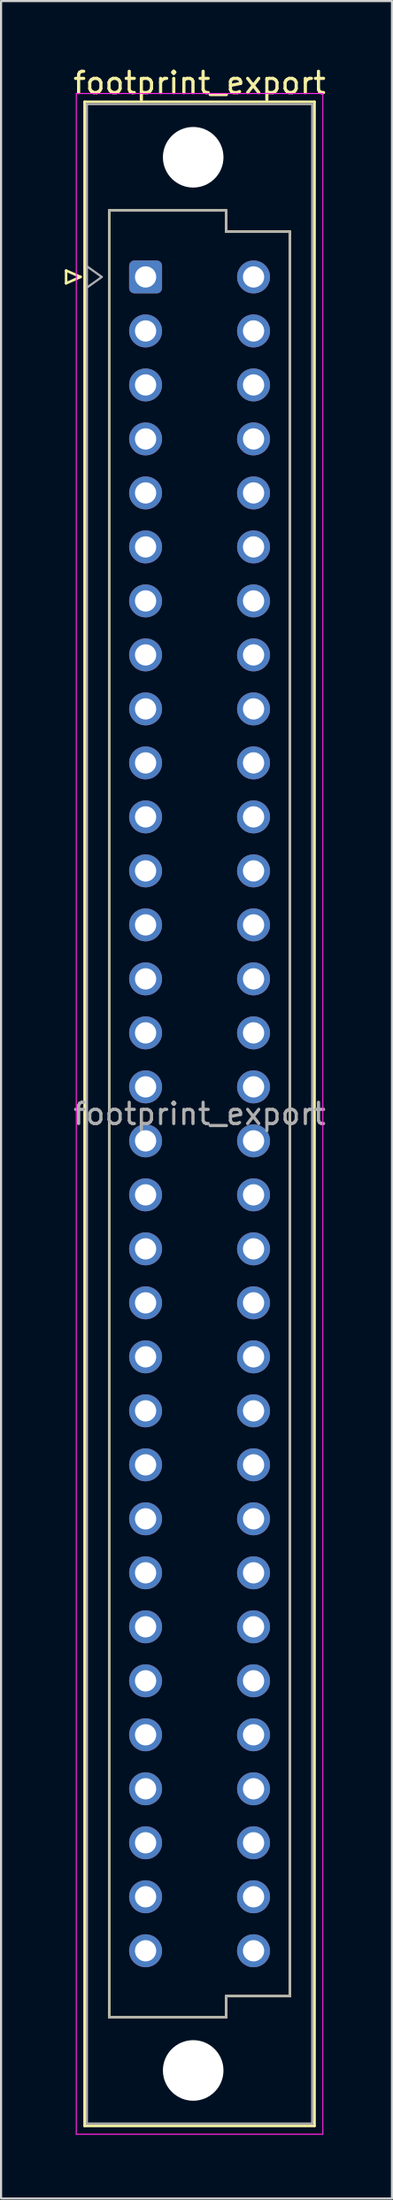
<source format=kicad_pcb>
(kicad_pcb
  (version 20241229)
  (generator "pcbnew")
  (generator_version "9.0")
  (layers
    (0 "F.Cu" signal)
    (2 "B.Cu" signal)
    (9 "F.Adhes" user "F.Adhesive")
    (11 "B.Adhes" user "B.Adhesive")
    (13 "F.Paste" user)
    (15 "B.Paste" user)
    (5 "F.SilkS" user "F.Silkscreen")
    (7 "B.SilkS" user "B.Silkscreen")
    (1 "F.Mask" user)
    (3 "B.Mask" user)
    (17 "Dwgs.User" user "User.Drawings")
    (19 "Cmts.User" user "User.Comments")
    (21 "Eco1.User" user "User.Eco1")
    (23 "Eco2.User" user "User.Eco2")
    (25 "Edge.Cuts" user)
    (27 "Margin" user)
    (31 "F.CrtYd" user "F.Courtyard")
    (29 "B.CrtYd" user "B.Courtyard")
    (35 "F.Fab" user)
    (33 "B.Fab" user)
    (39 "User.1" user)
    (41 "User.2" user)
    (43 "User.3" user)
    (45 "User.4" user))
  (footprint "footprint_export"
    (layer "F.Cu")
    (at 3.8 9.978)
    (property "Reference" "footprint_export" (at 2.54 -9.13 0) (layer "F.SilkS") (effects (font (size 1 1) (thickness 0.15))))
    (attr through_hole)
    (fp_line (start -3.74 -0.3) (end -3.74 0.3) (stroke (width 0.12) (type solid)) (layer "F.SilkS"))
    (fp_line (start -3.74 0.3) (end -3.06 0) (stroke (width 0.12) (type solid)) (layer "F.SilkS"))
    (fp_line (start -3.06 0) (end -3.74 -0.3) (stroke (width 0.12) (type solid)) (layer "F.SilkS"))
    (fp_line (start -2.87 -8.24) (end 7.95 -8.24) (stroke (width 0.12) (type solid)) (layer "F.SilkS"))
    (fp_line (start -2.87 86.98) (end -2.87 -8.24) (stroke (width 0.12) (type solid)) (layer "F.SilkS"))
    (fp_line (start -1.71 -3.131) (end 3.79 -3.131) (stroke (width 0.12) (type solid)) (layer "F.SilkS"))
    (fp_line (start -1.71 81.87) (end -1.71 -3.131) (stroke (width 0.12) (type solid)) (layer "F.SilkS"))
    (fp_line (start 3.79 -3.131) (end 3.79 -2.131) (stroke (width 0.12) (type solid)) (layer "F.SilkS"))
    (fp_line (start 3.79 -2.131) (end 6.79 -2.131) (stroke (width 0.12) (type solid)) (layer "F.SilkS"))
    (fp_line (start 3.79 80.87) (end 3.79 81.87) (stroke (width 0.12) (type solid)) (layer "F.SilkS"))
    (fp_line (start 3.79 81.87) (end -1.71 81.87) (stroke (width 0.12) (type solid)) (layer "F.SilkS"))
    (fp_line (start 6.79 -2.131) (end 6.79 80.87) (stroke (width 0.12) (type solid)) (layer "F.SilkS"))
    (fp_line (start 6.79 80.87) (end 3.79 80.87) (stroke (width 0.12) (type solid)) (layer "F.SilkS"))
    (fp_line (start 7.95 -8.24) (end 7.95 86.98) (stroke (width 0.12) (type solid)) (layer "F.SilkS"))
    (fp_line (start 7.95 86.98) (end -2.87 86.98) (stroke (width 0.12) (type solid)) (layer "F.SilkS"))
    (fp_line (start -3.26 -8.63) (end 8.34 -8.63) (stroke (width 0.05) (type solid)) (layer "F.CrtYd"))
    (fp_line (start -3.26 87.37) (end -3.26 -8.63) (stroke (width 0.05) (type solid)) (layer "F.CrtYd"))
    (fp_line (start 8.34 -8.63) (end 8.34 87.37) (stroke (width 0.05) (type solid)) (layer "F.CrtYd"))
    (fp_line (start 8.34 87.37) (end -3.26 87.37) (stroke (width 0.05) (type solid)) (layer "F.CrtYd"))
    (fp_line (start -2.76 -8.13) (end 7.84 -8.13) (stroke (width 0.1) (type solid)) (layer "F.Fab"))
    (fp_line (start -2.76 -0.5) (end -2.06 0) (stroke (width 0.1) (type solid)) (layer "F.Fab"))
    (fp_line (start -2.76 86.87) (end -2.76 -8.13) (stroke (width 0.1) (type solid)) (layer "F.Fab"))
    (fp_line (start -2.06 0) (end -2.76 0.5) (stroke (width 0.1) (type solid)) (layer "F.Fab"))
    (fp_line (start -1.71 -3.13) (end 3.79 -3.13) (stroke (width 0.1) (type solid)) (layer "F.Fab"))
    (fp_line (start -1.71 81.87) (end -1.71 -3.13) (stroke (width 0.1) (type solid)) (layer "F.Fab"))
    (fp_line (start 3.79 -3.13) (end 3.79 -2.13) (stroke (width 0.1) (type solid)) (layer "F.Fab"))
    (fp_line (start 3.79 -2.13) (end 6.79 -2.13) (stroke (width 0.1) (type solid)) (layer "F.Fab"))
    (fp_line (start 3.79 80.87) (end 3.79 81.87) (stroke (width 0.1) (type solid)) (layer "F.Fab"))
    (fp_line (start 3.79 81.87) (end -1.71 81.87) (stroke (width 0.1) (type solid)) (layer "F.Fab"))
    (fp_line (start 6.79 -2.13) (end 6.79 80.87) (stroke (width 0.1) (type solid)) (layer "F.Fab"))
    (fp_line (start 6.79 80.87) (end 3.79 80.87) (stroke (width 0.1) (type solid)) (layer "F.Fab"))
    (fp_line (start 7.84 -8.13) (end 7.84 86.87) (stroke (width 0.1) (type solid)) (layer "F.Fab"))
    (fp_line (start 7.84 86.87) (end -2.76 86.87) (stroke (width 0.1) (type solid)) (layer "F.Fab"))
    (fp_text user "${REFERENCE}" (at 2.54 39.37 0) (layer "F.Fab") (effects (font (size 1 1) (thickness 0.15))))
    (pad "" np_thru_hole circle (at 2.24 -5.63) (size 2.85 2.85) (drill 2.85) (layers "*.Cu" "*.Mask"))
    (pad "" np_thru_hole circle (at 2.24 84.37) (size 2.85 2.85) (drill 2.85) (layers "*.Cu" "*.Mask"))
    (pad "a1" thru_hole roundrect (at 0 0) (size 1.55 1.55) (drill 1) (layers "*.Cu" "*.Mask") (roundrect_rratio 0.161))
    (pad "a2" thru_hole circle (at 0 2.54) (size 1.55 1.55) (drill 1) (layers "*.Cu" "*.Mask"))
    (pad "a3" thru_hole circle (at 0 5.08) (size 1.55 1.55) (drill 1) (layers "*.Cu" "*.Mask"))
    (pad "a4" thru_hole circle (at 0 7.62) (size 1.55 1.55) (drill 1) (layers "*.Cu" "*.Mask"))
    (pad "a5" thru_hole circle (at 0 10.16) (size 1.55 1.55) (drill 1) (layers "*.Cu" "*.Mask"))
    (pad "a6" thru_hole circle (at 0 12.7) (size 1.55 1.55) (drill 1) (layers "*.Cu" "*.Mask"))
    (pad "a7" thru_hole circle (at 0 15.24) (size 1.55 1.55) (drill 1) (layers "*.Cu" "*.Mask"))
    (pad "a8" thru_hole circle (at 0 17.78) (size 1.55 1.55) (drill 1) (layers "*.Cu" "*.Mask"))
    (pad "a9" thru_hole circle (at 0 20.32) (size 1.55 1.55) (drill 1) (layers "*.Cu" "*.Mask"))
    (pad "a10" thru_hole circle (at 0 22.86) (size 1.55 1.55) (drill 1) (layers "*.Cu" "*.Mask"))
    (pad "a11" thru_hole circle (at 0 25.4) (size 1.55 1.55) (drill 1) (layers "*.Cu" "*.Mask"))
    (pad "a12" thru_hole circle (at 0 27.94) (size 1.55 1.55) (drill 1) (layers "*.Cu" "*.Mask"))
    (pad "a13" thru_hole circle (at 0 30.48) (size 1.55 1.55) (drill 1) (layers "*.Cu" "*.Mask"))
    (pad "a14" thru_hole circle (at 0 33.02) (size 1.55 1.55) (drill 1) (layers "*.Cu" "*.Mask"))
    (pad "a15" thru_hole circle (at 0 35.56) (size 1.55 1.55) (drill 1) (layers "*.Cu" "*.Mask"))
    (pad "a16" thru_hole circle (at 0 38.1) (size 1.55 1.55) (drill 1) (layers "*.Cu" "*.Mask"))
    (pad "a17" thru_hole circle (at 0 40.64) (size 1.55 1.55) (drill 1) (layers "*.Cu" "*.Mask"))
    (pad "a18" thru_hole circle (at 0 43.18) (size 1.55 1.55) (drill 1) (layers "*.Cu" "*.Mask"))
    (pad "a19" thru_hole circle (at 0 45.72) (size 1.55 1.55) (drill 1) (layers "*.Cu" "*.Mask"))
    (pad "a20" thru_hole circle (at 0 48.26) (size 1.55 1.55) (drill 1) (layers "*.Cu" "*.Mask"))
    (pad "a21" thru_hole circle (at 0 50.8) (size 1.55 1.55) (drill 1) (layers "*.Cu" "*.Mask"))
    (pad "a22" thru_hole circle (at 0 53.34) (size 1.55 1.55) (drill 1) (layers "*.Cu" "*.Mask"))
    (pad "a23" thru_hole circle (at 0 55.88) (size 1.55 1.55) (drill 1) (layers "*.Cu" "*.Mask"))
    (pad "a24" thru_hole circle (at 0 58.42) (size 1.55 1.55) (drill 1) (layers "*.Cu" "*.Mask"))
    (pad "a25" thru_hole circle (at 0 60.96) (size 1.55 1.55) (drill 1) (layers "*.Cu" "*.Mask"))
    (pad "a26" thru_hole circle (at 0 63.5) (size 1.55 1.55) (drill 1) (layers "*.Cu" "*.Mask"))
    (pad "a27" thru_hole circle (at 0 66.04) (size 1.55 1.55) (drill 1) (layers "*.Cu" "*.Mask"))
    (pad "a28" thru_hole circle (at 0 68.58) (size 1.55 1.55) (drill 1) (layers "*.Cu" "*.Mask"))
    (pad "a29" thru_hole circle (at 0 71.12) (size 1.55 1.55) (drill 1) (layers "*.Cu" "*.Mask"))
    (pad "a30" thru_hole circle (at 0 73.66) (size 1.55 1.55) (drill 1) (layers "*.Cu" "*.Mask"))
    (pad "a31" thru_hole circle (at 0 76.2) (size 1.55 1.55) (drill 1) (layers "*.Cu" "*.Mask"))
    (pad "a32" thru_hole circle (at 0 78.74) (size 1.55 1.55) (drill 1) (layers "*.Cu" "*.Mask"))
    (pad "c1" thru_hole circle (at 5.08 0) (size 1.55 1.55) (drill 1) (layers "*.Cu" "*.Mask"))
    (pad "c2" thru_hole circle (at 5.08 2.54) (size 1.55 1.55) (drill 1) (layers "*.Cu" "*.Mask"))
    (pad "c3" thru_hole circle (at 5.08 5.08) (size 1.55 1.55) (drill 1) (layers "*.Cu" "*.Mask"))
    (pad "c4" thru_hole circle (at 5.08 7.62) (size 1.55 1.55) (drill 1) (layers "*.Cu" "*.Mask"))
    (pad "c5" thru_hole circle (at 5.08 10.16) (size 1.55 1.55) (drill 1) (layers "*.Cu" "*.Mask"))
    (pad "c6" thru_hole circle (at 5.08 12.7) (size 1.55 1.55) (drill 1) (layers "*.Cu" "*.Mask"))
    (pad "c7" thru_hole circle (at 5.08 15.24) (size 1.55 1.55) (drill 1) (layers "*.Cu" "*.Mask"))
    (pad "c8" thru_hole circle (at 5.08 17.78) (size 1.55 1.55) (drill 1) (layers "*.Cu" "*.Mask"))
    (pad "c9" thru_hole circle (at 5.08 20.32) (size 1.55 1.55) (drill 1) (layers "*.Cu" "*.Mask"))
    (pad "c10" thru_hole circle (at 5.08 22.86) (size 1.55 1.55) (drill 1) (layers "*.Cu" "*.Mask"))
    (pad "c11" thru_hole circle (at 5.08 25.4) (size 1.55 1.55) (drill 1) (layers "*.Cu" "*.Mask"))
    (pad "c12" thru_hole circle (at 5.08 27.94) (size 1.55 1.55) (drill 1) (layers "*.Cu" "*.Mask"))
    (pad "c13" thru_hole circle (at 5.08 30.48) (size 1.55 1.55) (drill 1) (layers "*.Cu" "*.Mask"))
    (pad "c14" thru_hole circle (at 5.08 33.02) (size 1.55 1.55) (drill 1) (layers "*.Cu" "*.Mask"))
    (pad "c15" thru_hole circle (at 5.08 35.56) (size 1.55 1.55) (drill 1) (layers "*.Cu" "*.Mask"))
    (pad "c16" thru_hole circle (at 5.08 38.1) (size 1.55 1.55) (drill 1) (layers "*.Cu" "*.Mask"))
    (pad "c17" thru_hole circle (at 5.08 40.64) (size 1.55 1.55) (drill 1) (layers "*.Cu" "*.Mask"))
    (pad "c18" thru_hole circle (at 5.08 43.18) (size 1.55 1.55) (drill 1) (layers "*.Cu" "*.Mask"))
    (pad "c19" thru_hole circle (at 5.08 45.72) (size 1.55 1.55) (drill 1) (layers "*.Cu" "*.Mask"))
    (pad "c20" thru_hole circle (at 5.08 48.26) (size 1.55 1.55) (drill 1) (layers "*.Cu" "*.Mask"))
    (pad "c21" thru_hole circle (at 5.08 50.8) (size 1.55 1.55) (drill 1) (layers "*.Cu" "*.Mask"))
    (pad "c22" thru_hole circle (at 5.08 53.34) (size 1.55 1.55) (drill 1) (layers "*.Cu" "*.Mask"))
    (pad "c23" thru_hole circle (at 5.08 55.88) (size 1.55 1.55) (drill 1) (layers "*.Cu" "*.Mask"))
    (pad "c24" thru_hole circle (at 5.08 58.42) (size 1.55 1.55) (drill 1) (layers "*.Cu" "*.Mask"))
    (pad "c25" thru_hole circle (at 5.08 60.96) (size 1.55 1.55) (drill 1) (layers "*.Cu" "*.Mask"))
    (pad "c26" thru_hole circle (at 5.08 63.5) (size 1.55 1.55) (drill 1) (layers "*.Cu" "*.Mask"))
    (pad "c27" thru_hole circle (at 5.08 66.04) (size 1.55 1.55) (drill 1) (layers "*.Cu" "*.Mask"))
    (pad "c28" thru_hole circle (at 5.08 68.58) (size 1.55 1.55) (drill 1) (layers "*.Cu" "*.Mask"))
    (pad "c29" thru_hole circle (at 5.08 71.12) (size 1.55 1.55) (drill 1) (layers "*.Cu" "*.Mask"))
    (pad "c30" thru_hole circle (at 5.08 73.66) (size 1.55 1.55) (drill 1) (layers "*.Cu" "*.Mask"))
    (pad "c31" thru_hole circle (at 5.08 76.2) (size 1.55 1.55) (drill 1) (layers "*.Cu" "*.Mask"))
    (pad "c32" thru_hole circle (at 5.08 78.74) (size 1.55 1.55) (drill 1) (layers "*.Cu" "*.Mask")))
  (gr_rect
    (start -3 -3)
    (end 15.394 100.373)
    (stroke (width 0.1) (type default))
    (fill no)
    (layer "Edge.Cuts")))
</source>
